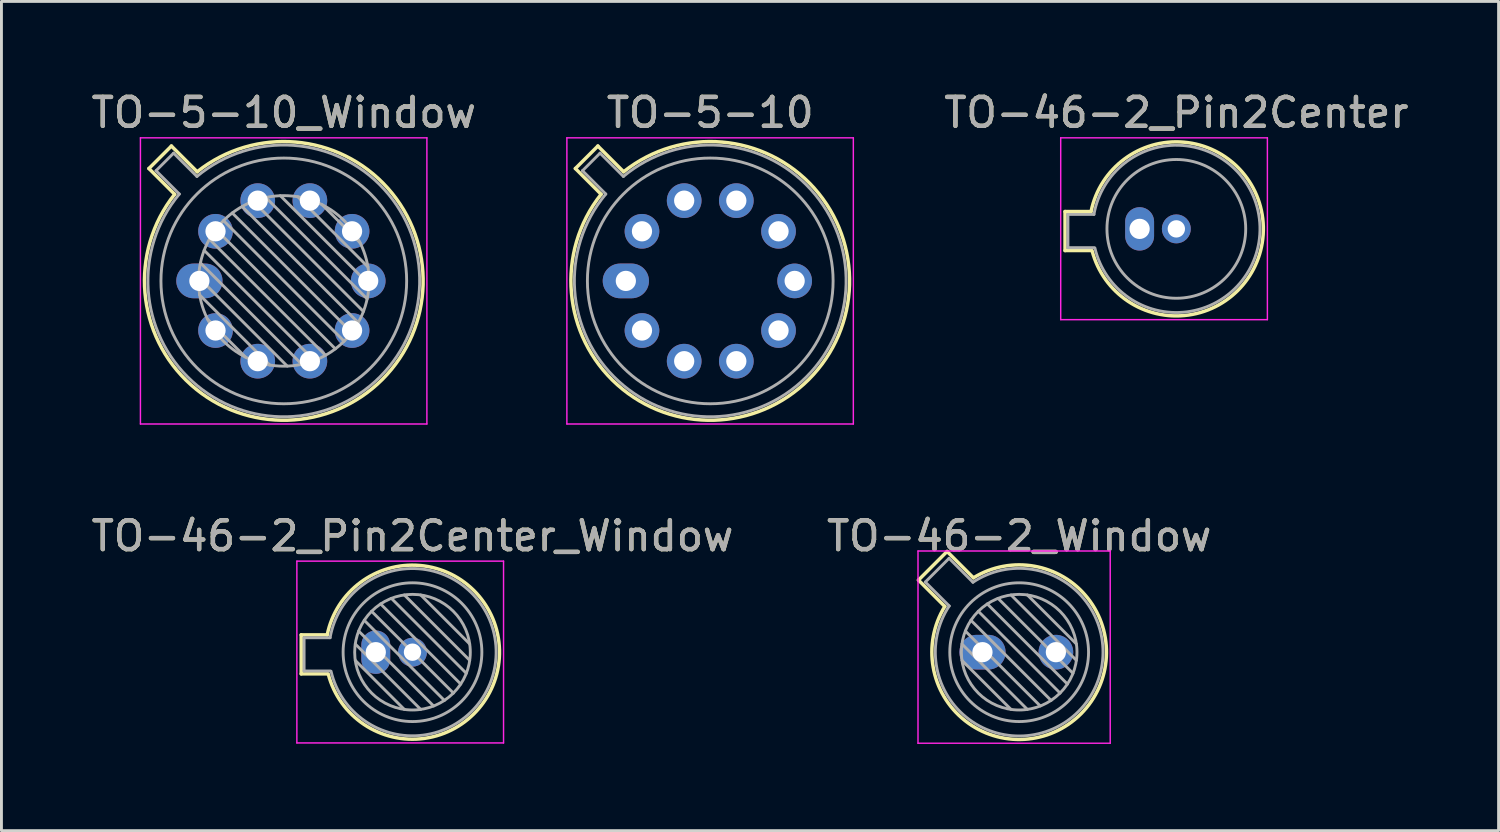
<source format=kicad_pcb>
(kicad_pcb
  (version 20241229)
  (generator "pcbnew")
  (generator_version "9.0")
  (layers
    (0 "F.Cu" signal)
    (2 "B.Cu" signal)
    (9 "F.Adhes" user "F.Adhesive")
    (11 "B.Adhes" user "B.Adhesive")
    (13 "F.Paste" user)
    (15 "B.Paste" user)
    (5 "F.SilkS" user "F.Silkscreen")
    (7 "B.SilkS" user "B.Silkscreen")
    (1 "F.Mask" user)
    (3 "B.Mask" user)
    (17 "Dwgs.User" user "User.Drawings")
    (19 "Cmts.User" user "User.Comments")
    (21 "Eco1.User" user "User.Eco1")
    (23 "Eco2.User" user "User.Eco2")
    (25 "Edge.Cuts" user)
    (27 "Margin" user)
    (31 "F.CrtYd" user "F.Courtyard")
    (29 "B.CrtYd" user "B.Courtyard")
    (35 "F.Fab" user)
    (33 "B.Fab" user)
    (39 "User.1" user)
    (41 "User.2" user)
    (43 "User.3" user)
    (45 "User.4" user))
  (footprint "TO-46-2_Pin2Center_Window"
    (layer "F.Cu")
    (at 9.95 19.512)
    (property "Reference" "TO-46-2_Pin2Center_Window" (at 1.27 -4.02 0) (layer "F.SilkS") (effects (font (size 1 1) (thickness 0.15))))
    (attr through_hole)
    (fp_line (start -2.58 -0.6) (end -2.58 0.75) (stroke (width 0.12) (type solid)) (layer "F.SilkS"))
    (fp_line (start -2.58 0.75) (end -1.68 0.75) (stroke (width 0.12) (type solid)) (layer "F.SilkS"))
    (fp_line (start -1.68 -0.6) (end -2.58 -0.6) (stroke (width 0.12) (type solid)) (layer "F.SilkS"))
    (fp_arc (start -1.68 -0.6) (mid 4.279362 -0.078983) (end -1.644465 0.753918) (stroke (width 0.12) (type solid)) (layer "F.SilkS"))
    (fp_line (start -2.73 -3.15) (end -2.73 3.14) (stroke (width 0.05) (type solid)) (layer "F.CrtYd"))
    (fp_line (start -2.73 -3.15) (end 4.42 -3.15) (stroke (width 0.05) (type solid)) (layer "F.CrtYd"))
    (fp_line (start 4.42 3.14) (end -2.73 3.14) (stroke (width 0.05) (type solid)) (layer "F.CrtYd"))
    (fp_line (start 4.42 3.14) (end 4.42 -3.15) (stroke (width 0.05) (type solid)) (layer "F.CrtYd"))
    (fp_line (start -2.48 -0.5) (end -2.48 0.65) (stroke (width 0.1) (type solid)) (layer "F.Fab"))
    (fp_line (start -2.48 0.65) (end -1.58 0.65) (stroke (width 0.1) (type solid)) (layer "F.Fab"))
    (fp_line (start -1.58 -0.5) (end -2.48 -0.5) (stroke (width 0.1) (type solid)) (layer "F.Fab"))
    (fp_line (start -0.71 -0.283) (end 1.553 1.98) (stroke (width 0.1) (type solid)) (layer "F.Fab"))
    (fp_line (start -0.71 0.283) (end 0.987 1.98) (stroke (width 0.1) (type solid)) (layer "F.Fab"))
    (fp_line (start -0.592 -0.731) (end 2.001 1.862) (stroke (width 0.1) (type solid)) (layer "F.Fab"))
    (fp_line (start -0.399 -1.103) (end 2.373 1.669) (stroke (width 0.1) (type solid)) (layer "F.Fab"))
    (fp_line (start -0.145 -1.415) (end 2.685 1.415) (stroke (width 0.1) (type solid)) (layer "F.Fab"))
    (fp_line (start 0.167 -1.669) (end 2.939 1.103) (stroke (width 0.1) (type solid)) (layer "F.Fab"))
    (fp_line (start 0.539 -1.862) (end 3.132 0.731) (stroke (width 0.1) (type solid)) (layer "F.Fab"))
    (fp_line (start 0.987 -1.98) (end 3.25 0.283) (stroke (width 0.1) (type solid)) (layer "F.Fab"))
    (fp_line (start 1.553 -1.98) (end 3.25 -0.283) (stroke (width 0.1) (type solid)) (layer "F.Fab"))
    (fp_arc (start -1.58 -0.5) (mid 4.1624 -0.08076) (end -1.54766 0.65825) (stroke (width 0.1) (type solid)) (layer "F.Fab"))
    (fp_circle (center 1.27 0) (end 3.27 0) (stroke (width 0.1) (type solid)) (fill no) (layer "F.Fab"))
    (fp_circle (center 1.27 0) (end 3.67 0) (stroke (width 0.1) (type solid)) (fill no) (layer "F.Fab"))
    (fp_text user "${REFERENCE}" (at 1.27 -4.02 0) (layer "F.Fab") (effects (font (size 1 1) (thickness 0.15))))
    (pad "1" thru_hole oval (at 0 0 90) (size 1.5 1) (drill 0.7) (layers "*.Cu" "*.Mask"))
    (pad "2" thru_hole oval (at 1.27 0) (size 1 1) (drill 0.6) (layers "*.Cu" "*.Mask")))
  (footprint "TO-5-10"
    (layer "F.Cu")
    (at 18.601 6.668)
    (property "Reference" "TO-5-10" (at 2.92 -5.82 0) (layer "F.SilkS") (effects (font (size 1 1) (thickness 0.15))))
    (attr through_hole)
    (fp_line (start -1.746 -3.888) (end -0.855 -2.997) (stroke (width 0.12) (type solid)) (layer "F.SilkS"))
    (fp_line (start -0.968 -4.666) (end -1.746 -3.888) (stroke (width 0.12) (type solid)) (layer "F.SilkS"))
    (fp_line (start -0.077 -3.775) (end -0.968 -4.666) (stroke (width 0.12) (type solid)) (layer "F.SilkS"))
    (fp_arc (start -0.077084 -3.774902) (mid 6.328125 3.408384) (end -0.854674 -2.997371) (stroke (width 0.12) (type solid)) (layer "F.SilkS"))
    (fp_line (start -2.04 -4.95) (end -2.04 4.95) (stroke (width 0.05) (type solid)) (layer "F.CrtYd"))
    (fp_line (start -2.04 4.95) (end 7.87 4.95) (stroke (width 0.05) (type solid)) (layer "F.CrtYd"))
    (fp_line (start 7.87 -4.95) (end -2.04 -4.95) (stroke (width 0.05) (type solid)) (layer "F.CrtYd"))
    (fp_line (start 7.87 4.95) (end 7.87 -4.95) (stroke (width 0.05) (type solid)) (layer "F.CrtYd"))
    (fp_line (start -1.5 -3.812) (end -0.694 -3.005) (stroke (width 0.1) (type solid)) (layer "F.Fab"))
    (fp_line (start -0.892 -4.42) (end -1.5 -3.812) (stroke (width 0.1) (type solid)) (layer "F.Fab"))
    (fp_line (start -0.085 -3.614) (end -0.892 -4.42) (stroke (width 0.1) (type solid)) (layer "F.Fab"))
    (fp_arc (start -0.085408 -3.61352) (mid 6.243443 3.323361) (end -0.693594 -3.005319) (stroke (width 0.1) (type solid)) (layer "F.Fab"))
    (fp_circle (center 2.92 0) (end 7.17 0) (stroke (width 0.1) (type solid)) (fill no) (layer "F.Fab"))
    (fp_text user "${REFERENCE}" (at 2.92 -5.82 0) (layer "F.Fab") (effects (font (size 1 1) (thickness 0.15))))
    (pad "1" thru_hole oval (at 0 0) (size 1.6 1.2) (drill 0.7) (layers "*.Cu" "*.Mask"))
    (pad "2" thru_hole oval (at 0.558 1.716) (size 1.2 1.2) (drill 0.7) (layers "*.Cu" "*.Mask"))
    (pad "3" thru_hole oval (at 2.018 2.777) (size 1.2 1.2) (drill 0.7) (layers "*.Cu" "*.Mask"))
    (pad "4" thru_hole oval (at 3.822 2.777) (size 1.2 1.2) (drill 0.7) (layers "*.Cu" "*.Mask"))
    (pad "5" thru_hole oval (at 5.282 1.716) (size 1.2 1.2) (drill 0.7) (layers "*.Cu" "*.Mask"))
    (pad "6" thru_hole oval (at 5.84 0) (size 1.2 1.2) (drill 0.7) (layers "*.Cu" "*.Mask"))
    (pad "7" thru_hole oval (at 5.282 -1.716) (size 1.2 1.2) (drill 0.7) (layers "*.Cu" "*.Mask"))
    (pad "8" thru_hole oval (at 3.822 -2.777) (size 1.2 1.2) (drill 0.7) (layers "*.Cu" "*.Mask"))
    (pad "9" thru_hole oval (at 2.018 -2.777) (size 1.2 1.2) (drill 0.7) (layers "*.Cu" "*.Mask"))
    (pad "10" thru_hole oval (at 0.558 -1.716) (size 1.2 1.2) (drill 0.7) (layers "*.Cu" "*.Mask")))
  (footprint "TO-46-2_Pin2Center"
    (layer "F.Cu")
    (at 36.375 4.868)
    (property "Reference" "TO-46-2_Pin2Center" (at 1.27 -4.02 0) (layer "F.SilkS") (effects (font (size 1 1) (thickness 0.15))))
    (attr through_hole)
    (fp_line (start -2.58 -0.6) (end -2.58 0.75) (stroke (width 0.12) (type solid)) (layer "F.SilkS"))
    (fp_line (start -2.58 0.75) (end -1.68 0.75) (stroke (width 0.12) (type solid)) (layer "F.SilkS"))
    (fp_line (start -1.68 -0.6) (end -2.58 -0.6) (stroke (width 0.12) (type solid)) (layer "F.SilkS"))
    (fp_arc (start -1.68 -0.6) (mid 4.279362 -0.078983) (end -1.644465 0.753918) (stroke (width 0.12) (type solid)) (layer "F.SilkS"))
    (fp_line (start -2.73 -3.15) (end -2.73 3.14) (stroke (width 0.05) (type solid)) (layer "F.CrtYd"))
    (fp_line (start -2.73 -3.15) (end 4.42 -3.15) (stroke (width 0.05) (type solid)) (layer "F.CrtYd"))
    (fp_line (start 4.42 3.14) (end -2.73 3.14) (stroke (width 0.05) (type solid)) (layer "F.CrtYd"))
    (fp_line (start 4.42 3.14) (end 4.42 -3.15) (stroke (width 0.05) (type solid)) (layer "F.CrtYd"))
    (fp_line (start -2.48 -0.5) (end -2.48 0.65) (stroke (width 0.1) (type solid)) (layer "F.Fab"))
    (fp_line (start -2.48 0.65) (end -1.58 0.65) (stroke (width 0.1) (type solid)) (layer "F.Fab"))
    (fp_line (start -1.58 -0.5) (end -2.48 -0.5) (stroke (width 0.1) (type solid)) (layer "F.Fab"))
    (fp_arc (start -1.58 -0.5) (mid 4.1624 -0.08076) (end -1.54766 0.65825) (stroke (width 0.1) (type solid)) (layer "F.Fab"))
    (fp_circle (center 1.27 0) (end 3.67 0) (stroke (width 0.1) (type solid)) (fill no) (layer "F.Fab"))
    (fp_text user "${REFERENCE}" (at 1.27 -4.02 0) (layer "F.Fab") (effects (font (size 1 1) (thickness 0.15))))
    (pad "1" thru_hole oval (at 0 0 90) (size 1.5 1) (drill 0.7) (layers "*.Cu" "*.Mask"))
    (pad "2" thru_hole oval (at 1.27 0) (size 1 1) (drill 0.6) (layers "*.Cu" "*.Mask")))
  (footprint "TO-5-10_Window"
    (layer "F.Cu")
    (at 3.848 6.668)
    (property "Reference" "TO-5-10_Window" (at 2.92 -5.82 0) (layer "F.SilkS") (effects (font (size 1 1) (thickness 0.15))))
    (attr through_hole)
    (fp_line (start -1.746 -3.888) (end -0.855 -2.997) (stroke (width 0.12) (type solid)) (layer "F.SilkS"))
    (fp_line (start -0.968 -4.666) (end -1.746 -3.888) (stroke (width 0.12) (type solid)) (layer "F.SilkS"))
    (fp_line (start -0.077 -3.775) (end -0.968 -4.666) (stroke (width 0.12) (type solid)) (layer "F.SilkS"))
    (fp_arc (start -0.077084 -3.774902) (mid 6.328125 3.408384) (end -0.854674 -2.997371) (stroke (width 0.12) (type solid)) (layer "F.SilkS"))
    (fp_line (start -2.04 -4.95) (end -2.04 4.95) (stroke (width 0.05) (type solid)) (layer "F.CrtYd"))
    (fp_line (start -2.04 4.95) (end 7.87 4.95) (stroke (width 0.05) (type solid)) (layer "F.CrtYd"))
    (fp_line (start 7.87 -4.95) (end -2.04 -4.95) (stroke (width 0.05) (type solid)) (layer "F.CrtYd"))
    (fp_line (start 7.87 4.95) (end 7.87 -4.95) (stroke (width 0.05) (type solid)) (layer "F.CrtYd"))
    (fp_line (start -1.5 -3.812) (end -0.694 -3.005) (stroke (width 0.1) (type solid)) (layer "F.Fab"))
    (fp_line (start -0.892 -4.42) (end -1.5 -3.812) (stroke (width 0.1) (type solid)) (layer "F.Fab"))
    (fp_line (start -0.085 -3.614) (end -0.892 -4.42) (stroke (width 0.1) (type solid)) (layer "F.Fab"))
    (fp_line (start -0.028 -0.12) (end 3.04 2.948) (stroke (width 0.1) (type solid)) (layer "F.Fab"))
    (fp_line (start 0.009 0.485) (end 2.435 2.911) (stroke (width 0.1) (type solid)) (layer "F.Fab"))
    (fp_line (start 0.036 -0.622) (end 3.542 2.884) (stroke (width 0.1) (type solid)) (layer "F.Fab"))
    (fp_line (start 0.165 -1.058) (end 3.978 2.755) (stroke (width 0.1) (type solid)) (layer "F.Fab"))
    (fp_line (start 0.283 1.324) (end 1.596 2.637) (stroke (width 0.1) (type solid)) (layer "F.Fab"))
    (fp_line (start 0.346 -1.443) (end 4.363 2.574) (stroke (width 0.1) (type solid)) (layer "F.Fab"))
    (fp_line (start 0.57 -1.784) (end 4.704 2.35) (stroke (width 0.1) (type solid)) (layer "F.Fab"))
    (fp_line (start 0.834 -2.086) (end 5.006 2.086) (stroke (width 0.1) (type solid)) (layer "F.Fab"))
    (fp_line (start 1.136 -2.35) (end 5.27 1.784) (stroke (width 0.1) (type solid)) (layer "F.Fab"))
    (fp_line (start 1.477 -2.574) (end 5.494 1.443) (stroke (width 0.1) (type solid)) (layer "F.Fab"))
    (fp_line (start 1.862 -2.755) (end 5.675 1.058) (stroke (width 0.1) (type solid)) (layer "F.Fab"))
    (fp_line (start 2.298 -2.884) (end 5.804 0.622) (stroke (width 0.1) (type solid)) (layer "F.Fab"))
    (fp_line (start 2.8 -2.948) (end 5.868 0.12) (stroke (width 0.1) (type solid)) (layer "F.Fab"))
    (fp_line (start 3.405 -2.911) (end 5.831 -0.485) (stroke (width 0.1) (type solid)) (layer "F.Fab"))
    (fp_line (start 4.244 -2.637) (end 5.557 -1.324) (stroke (width 0.1) (type solid)) (layer "F.Fab"))
    (fp_arc (start -0.085408 -3.61352) (mid 6.243443 3.323361) (end -0.693594 -3.005319) (stroke (width 0.1) (type solid)) (layer "F.Fab"))
    (fp_circle (center 2.92 0) (end 5.87 0) (stroke (width 0.1) (type solid)) (fill no) (layer "F.Fab"))
    (fp_circle (center 2.92 0) (end 7.17 0) (stroke (width 0.1) (type solid)) (fill no) (layer "F.Fab"))
    (fp_text user "${REFERENCE}" (at 2.92 -5.82 0) (layer "F.Fab") (effects (font (size 1 1) (thickness 0.15))))
    (pad "1" thru_hole oval (at 0 0) (size 1.6 1.2) (drill 0.7) (layers "*.Cu" "*.Mask"))
    (pad "2" thru_hole oval (at 0.558 1.716) (size 1.2 1.2) (drill 0.7) (layers "*.Cu" "*.Mask"))
    (pad "3" thru_hole oval (at 2.018 2.777) (size 1.2 1.2) (drill 0.7) (layers "*.Cu" "*.Mask"))
    (pad "4" thru_hole oval (at 3.822 2.777) (size 1.2 1.2) (drill 0.7) (layers "*.Cu" "*.Mask"))
    (pad "5" thru_hole oval (at 5.282 1.716) (size 1.2 1.2) (drill 0.7) (layers "*.Cu" "*.Mask"))
    (pad "6" thru_hole oval (at 5.84 0) (size 1.2 1.2) (drill 0.7) (layers "*.Cu" "*.Mask"))
    (pad "7" thru_hole oval (at 5.282 -1.716) (size 1.2 1.2) (drill 0.7) (layers "*.Cu" "*.Mask"))
    (pad "8" thru_hole oval (at 3.822 -2.777) (size 1.2 1.2) (drill 0.7) (layers "*.Cu" "*.Mask"))
    (pad "9" thru_hole oval (at 2.018 -2.777) (size 1.2 1.2) (drill 0.7) (layers "*.Cu" "*.Mask"))
    (pad "10" thru_hole oval (at 0.558 -1.716) (size 1.2 1.2) (drill 0.7) (layers "*.Cu" "*.Mask")))
  (footprint "TO-46-2_Window"
    (layer "F.Cu")
    (at 30.938 19.512)
    (property "Reference" "TO-46-2_Window" (at 1.27 -4.02 0) (layer "F.SilkS") (effects (font (size 1 1) (thickness 0.15))))
    (attr through_hole)
    (fp_line (start -2.214 -2.494) (end -1.302 -1.582) (stroke (width 0.12) (type solid)) (layer "F.SilkS"))
    (fp_line (start -1.224 -3.484) (end -2.214 -2.494) (stroke (width 0.12) (type solid)) (layer "F.SilkS"))
    (fp_line (start -0.312 -2.572) (end -1.224 -3.484) (stroke (width 0.12) (type solid)) (layer "F.SilkS"))
    (fp_arc (start -0.312331 -2.572281) (mid 3.405374 2.135551) (end -1.30215 -1.582544) (stroke (width 0.12) (type solid)) (layer "F.SilkS"))
    (fp_line (start -2.23 -3.5) (end -2.23 3.15) (stroke (width 0.05) (type solid)) (layer "F.CrtYd"))
    (fp_line (start -2.23 3.15) (end 4.42 3.15) (stroke (width 0.05) (type solid)) (layer "F.CrtYd"))
    (fp_line (start 4.42 -3.5) (end -2.23 -3.5) (stroke (width 0.05) (type solid)) (layer "F.CrtYd"))
    (fp_line (start 4.42 3.15) (end 4.42 -3.5) (stroke (width 0.05) (type solid)) (layer "F.CrtYd"))
    (fp_line (start -1.977 -2.426) (end -1.149 -1.599) (stroke (width 0.1) (type solid)) (layer "F.Fab"))
    (fp_line (start -1.156 -3.247) (end -1.977 -2.426) (stroke (width 0.1) (type solid)) (layer "F.Fab"))
    (fp_line (start -0.71 -0.283) (end 1.553 1.98) (stroke (width 0.1) (type solid)) (layer "F.Fab"))
    (fp_line (start -0.71 0.283) (end 0.987 1.98) (stroke (width 0.1) (type solid)) (layer "F.Fab"))
    (fp_line (start -0.592 -0.731) (end 2.001 1.862) (stroke (width 0.1) (type solid)) (layer "F.Fab"))
    (fp_line (start -0.399 -1.103) (end 2.373 1.669) (stroke (width 0.1) (type solid)) (layer "F.Fab"))
    (fp_line (start -0.329 -2.419) (end -1.156 -3.247) (stroke (width 0.1) (type solid)) (layer "F.Fab"))
    (fp_line (start -0.145 -1.415) (end 2.685 1.415) (stroke (width 0.1) (type solid)) (layer "F.Fab"))
    (fp_line (start 0.167 -1.669) (end 2.939 1.103) (stroke (width 0.1) (type solid)) (layer "F.Fab"))
    (fp_line (start 0.539 -1.862) (end 3.132 0.731) (stroke (width 0.1) (type solid)) (layer "F.Fab"))
    (fp_line (start 0.987 -1.98) (end 3.25 0.283) (stroke (width 0.1) (type solid)) (layer "F.Fab"))
    (fp_line (start 1.553 -1.98) (end 3.25 -0.283) (stroke (width 0.1) (type solid)) (layer "F.Fab"))
    (fp_arc (start -0.329057 -2.419301) (mid 3.321076 2.050143) (end -1.150029 -1.597956) (stroke (width 0.1) (type solid)) (layer "F.Fab"))
    (fp_circle (center 1.27 0) (end 3.27 0) (stroke (width 0.1) (type solid)) (fill no) (layer "F.Fab"))
    (fp_circle (center 1.27 0) (end 3.67 0) (stroke (width 0.1) (type solid)) (fill no) (layer "F.Fab"))
    (fp_text user "${REFERENCE}" (at 1.27 -4.02 0) (layer "F.Fab") (effects (font (size 1 1) (thickness 0.15))))
    (pad "1" thru_hole oval (at 0 0) (size 1.6 1.2) (drill 0.7) (layers "*.Cu" "*.Mask"))
    (pad "2" thru_hole oval (at 2.54 0) (size 1.2 1.2) (drill 0.7) (layers "*.Cu" "*.Mask")))
  (gr_rect
    (start -3 -3)
    (end 48.793 25.686)
    (stroke (width 0.1) (type default))
    (fill no)
    (layer "Edge.Cuts")))
</source>
